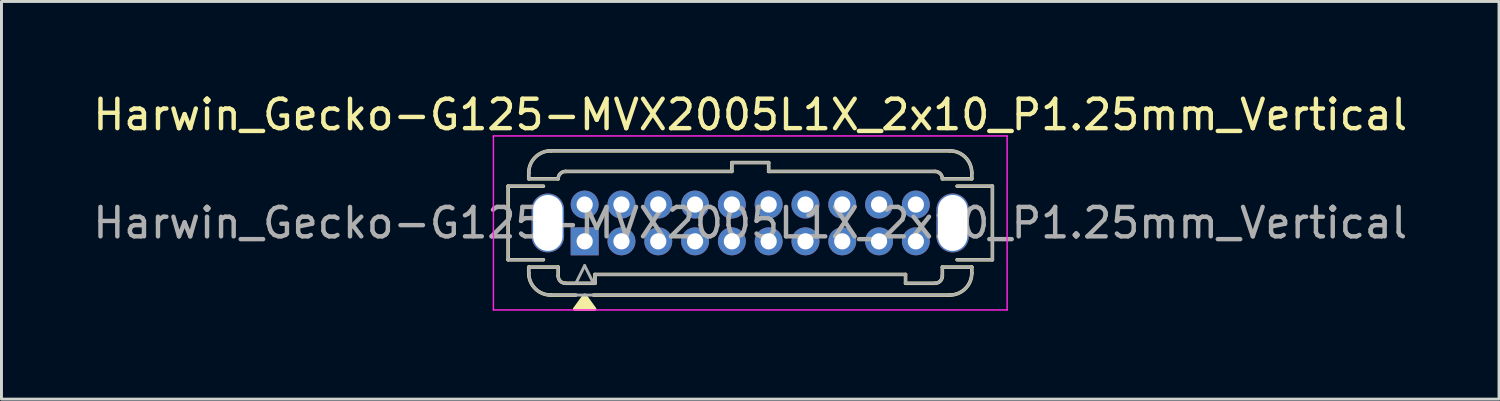
<source format=kicad_pcb>
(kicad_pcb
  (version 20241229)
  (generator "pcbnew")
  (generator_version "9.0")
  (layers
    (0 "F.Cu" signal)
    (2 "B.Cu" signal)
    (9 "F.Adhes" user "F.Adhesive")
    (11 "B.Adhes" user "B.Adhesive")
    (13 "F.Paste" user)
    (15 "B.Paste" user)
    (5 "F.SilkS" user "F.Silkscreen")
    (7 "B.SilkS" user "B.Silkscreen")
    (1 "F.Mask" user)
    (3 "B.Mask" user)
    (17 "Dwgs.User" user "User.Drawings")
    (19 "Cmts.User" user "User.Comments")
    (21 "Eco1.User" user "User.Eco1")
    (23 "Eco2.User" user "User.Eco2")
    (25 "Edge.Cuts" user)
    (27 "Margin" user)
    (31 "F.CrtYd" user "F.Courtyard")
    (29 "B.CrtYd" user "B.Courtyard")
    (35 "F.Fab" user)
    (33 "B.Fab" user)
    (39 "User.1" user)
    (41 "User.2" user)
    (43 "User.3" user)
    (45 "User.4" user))
  (footprint "Harwin_Gecko-G125-MVX2005L1X_2x10_P1.25mm_Vertical"
    (layer "F.Cu")
    (at 16.81 5.148)
    (property "Reference" "Harwin_Gecko-G125-MVX2005L1X_2x10_P1.25mm_Vertical" (at 5.625 -4.3 0) (layer "F.SilkS") (effects (font (size 1 1) (thickness 0.15))))
    (attr through_hole)
    (fp_line (start -2.6 -1.875) (end -2.6 0.625) (stroke (width 0.12) (type solid)) (layer "F.SilkS"))
    (fp_line (start -2.6 0.625) (end -1.4 0.625) (stroke (width 0.12) (type solid)) (layer "F.SilkS"))
    (fp_line (start -1.9 -2.325) (end -1.9 -2.125) (stroke (width 0.12) (type solid)) (layer "F.SilkS"))
    (fp_line (start -1.9 -2.125) (end -0.9 -2.125) (stroke (width 0.12) (type solid)) (layer "F.SilkS"))
    (fp_line (start -1.9 0.875) (end -0.9 0.875) (stroke (width 0.12) (type solid)) (layer "F.SilkS"))
    (fp_line (start -1.9 1.075) (end -1.9 0.875) (stroke (width 0.12) (type solid)) (layer "F.SilkS"))
    (fp_line (start -1.4 -1.875) (end -2.6 -1.875) (stroke (width 0.12) (type solid)) (layer "F.SilkS"))
    (fp_line (start -1.15 -3.075) (end 12.4 -3.075) (stroke (width 0.12) (type solid)) (layer "F.SilkS"))
    (fp_line (start -1.15 1.825) (end -0.3 1.825) (stroke (width 0.12) (type solid)) (layer "F.SilkS"))
    (fp_line (start -0.9 1.175) (end -0.9 0.875) (stroke (width 0.12) (type solid)) (layer "F.SilkS"))
    (fp_line (start -0.65 -2.375) (end 5 -2.375) (stroke (width 0.12) (type solid)) (layer "F.SilkS"))
    (fp_line (start -0.65 1.425) (end 0.35 1.425) (stroke (width 0.12) (type solid)) (layer "F.SilkS"))
    (fp_line (start 0.3 1.825) (end 12.4 1.825) (stroke (width 0.12) (type solid)) (layer "F.SilkS"))
    (fp_line (start 0.35 1.125) (end 10.9 1.125) (stroke (width 0.12) (type solid)) (layer "F.SilkS"))
    (fp_line (start 0.35 1.425) (end 0.35 1.125) (stroke (width 0.12) (type solid)) (layer "F.SilkS"))
    (fp_line (start 5 -2.675) (end 6.25 -2.675) (stroke (width 0.12) (type solid)) (layer "F.SilkS"))
    (fp_line (start 5 -2.375) (end 5 -2.675) (stroke (width 0.12) (type solid)) (layer "F.SilkS"))
    (fp_line (start 6.25 -2.675) (end 6.25 -2.375) (stroke (width 0.12) (type solid)) (layer "F.SilkS"))
    (fp_line (start 6.25 -2.375) (end 11.9 -2.375) (stroke (width 0.12) (type solid)) (layer "F.SilkS"))
    (fp_line (start 10.9 1.125) (end 10.9 1.425) (stroke (width 0.12) (type solid)) (layer "F.SilkS"))
    (fp_line (start 10.9 1.425) (end 11.9 1.425) (stroke (width 0.12) (type solid)) (layer "F.SilkS"))
    (fp_line (start 12.15 1.175) (end 12.15 0.875) (stroke (width 0.12) (type solid)) (layer "F.SilkS"))
    (fp_line (start 12.65 -1.875) (end 13.85 -1.875) (stroke (width 0.12) (type solid)) (layer "F.SilkS"))
    (fp_line (start 13.15 -2.325) (end 13.15 -2.125) (stroke (width 0.12) (type solid)) (layer "F.SilkS"))
    (fp_line (start 13.15 -2.125) (end 12.15 -2.125) (stroke (width 0.12) (type solid)) (layer "F.SilkS"))
    (fp_line (start 13.15 0.875) (end 12.15 0.875) (stroke (width 0.12) (type solid)) (layer "F.SilkS"))
    (fp_line (start 13.15 1.075) (end 13.15 0.875) (stroke (width 0.12) (type solid)) (layer "F.SilkS"))
    (fp_line (start 13.85 -1.875) (end 13.85 0.625) (stroke (width 0.12) (type solid)) (layer "F.SilkS"))
    (fp_line (start 13.85 0.625) (end 12.65 0.625) (stroke (width 0.12) (type solid)) (layer "F.SilkS"))
    (fp_arc (start -1.9 -2.325) (mid -1.68033 -2.85533) (end -1.15 -3.075) (stroke (width 0.12) (type solid)) (layer "F.SilkS"))
    (fp_arc (start -1.15 1.825) (mid -1.68033 1.60533) (end -1.9 1.075) (stroke (width 0.12) (type solid)) (layer "F.SilkS"))
    (fp_arc (start -0.9 -2.125) (mid -0.826777 -2.301777) (end -0.65 -2.375) (stroke (width 0.12) (type solid)) (layer "F.SilkS"))
    (fp_arc (start -0.65 1.425) (mid -0.826777 1.351777) (end -0.9 1.175) (stroke (width 0.12) (type solid)) (layer "F.SilkS"))
    (fp_arc (start 11.9 -2.375) (mid 12.076777 -2.301777) (end 12.15 -2.125) (stroke (width 0.12) (type solid)) (layer "F.SilkS"))
    (fp_arc (start 12.15 1.175) (mid 12.076777 1.351777) (end 11.9 1.425) (stroke (width 0.12) (type solid)) (layer "F.SilkS"))
    (fp_arc (start 12.4 -3.075) (mid 12.93033 -2.85533) (end 13.15 -2.325) (stroke (width 0.12) (type solid)) (layer "F.SilkS"))
    (fp_arc (start 13.15 1.075) (mid 12.93033 1.60533) (end 12.4 1.825) (stroke (width 0.12) (type solid)) (layer "F.SilkS"))
    (fp_poly (pts (xy 0 1.83) (xy -0.34 2.3) (xy 0.34 2.3) (xy 0 1.83)) (stroke (width 0.12) (type solid)) (fill yes) (layer "F.SilkS"))
    (fp_line (start -3.1 -3.58) (end -3.1 2.33) (stroke (width 0.05) (type solid)) (layer "F.CrtYd"))
    (fp_line (start -3.1 2.33) (end 14.35 2.33) (stroke (width 0.05) (type solid)) (layer "F.CrtYd"))
    (fp_line (start 14.35 -3.58) (end -3.1 -3.58) (stroke (width 0.05) (type solid)) (layer "F.CrtYd"))
    (fp_line (start 14.35 -3.58) (end 14.35 2.33) (stroke (width 0.05) (type solid)) (layer "F.CrtYd"))
    (fp_line (start -2.6 -1.875) (end -2.6 0.625) (stroke (width 0.1) (type solid)) (layer "F.Fab"))
    (fp_line (start -2.6 0.625) (end -1.4 0.625) (stroke (width 0.1) (type solid)) (layer "F.Fab"))
    (fp_line (start -1.9 -2.325) (end -1.9 -2.125) (stroke (width 0.1) (type solid)) (layer "F.Fab"))
    (fp_line (start -1.9 -2.125) (end -0.9 -2.125) (stroke (width 0.1) (type solid)) (layer "F.Fab"))
    (fp_line (start -1.9 0.875) (end -0.9 0.875) (stroke (width 0.1) (type solid)) (layer "F.Fab"))
    (fp_line (start -1.9 1.075) (end -1.9 0.875) (stroke (width 0.1) (type solid)) (layer "F.Fab"))
    (fp_line (start -1.4 -1.875) (end -2.6 -1.875) (stroke (width 0.1) (type solid)) (layer "F.Fab"))
    (fp_line (start -1.15 -3.075) (end 12.4 -3.075) (stroke (width 0.1) (type solid)) (layer "F.Fab"))
    (fp_line (start -1.15 1.825) (end 12.4 1.825) (stroke (width 0.1) (type solid)) (layer "F.Fab"))
    (fp_line (start -0.9 1.175) (end -0.9 0.875) (stroke (width 0.1) (type solid)) (layer "F.Fab"))
    (fp_line (start -0.65 -2.375) (end 5 -2.375) (stroke (width 0.1) (type solid)) (layer "F.Fab"))
    (fp_line (start -0.65 1.425) (end 0.35 1.425) (stroke (width 0.1) (type solid)) (layer "F.Fab"))
    (fp_line (start 0 0.825) (end -0.3 1.425) (stroke (width 0.1) (type solid)) (layer "F.Fab"))
    (fp_line (start 0.3 1.425) (end 0 0.825) (stroke (width 0.1) (type solid)) (layer "F.Fab"))
    (fp_line (start 0.35 1.125) (end 10.9 1.125) (stroke (width 0.1) (type solid)) (layer "F.Fab"))
    (fp_line (start 0.35 1.425) (end 0.35 1.125) (stroke (width 0.1) (type solid)) (layer "F.Fab"))
    (fp_line (start 5 -2.675) (end 6.25 -2.675) (stroke (width 0.1) (type solid)) (layer "F.Fab"))
    (fp_line (start 5 -2.375) (end 5 -2.675) (stroke (width 0.1) (type solid)) (layer "F.Fab"))
    (fp_line (start 6.25 -2.675) (end 6.25 -2.375) (stroke (width 0.1) (type solid)) (layer "F.Fab"))
    (fp_line (start 6.25 -2.375) (end 11.9 -2.375) (stroke (width 0.1) (type solid)) (layer "F.Fab"))
    (fp_line (start 10.9 1.125) (end 10.9 1.425) (stroke (width 0.1) (type solid)) (layer "F.Fab"))
    (fp_line (start 10.9 1.425) (end 11.9 1.425) (stroke (width 0.1) (type solid)) (layer "F.Fab"))
    (fp_line (start 12.15 1.175) (end 12.15 0.875) (stroke (width 0.1) (type solid)) (layer "F.Fab"))
    (fp_line (start 12.65 -1.875) (end 13.85 -1.875) (stroke (width 0.1) (type solid)) (layer "F.Fab"))
    (fp_line (start 13.15 -2.325) (end 13.15 -2.125) (stroke (width 0.1) (type solid)) (layer "F.Fab"))
    (fp_line (start 13.15 -2.125) (end 12.15 -2.125) (stroke (width 0.1) (type solid)) (layer "F.Fab"))
    (fp_line (start 13.15 0.875) (end 12.15 0.875) (stroke (width 0.1) (type solid)) (layer "F.Fab"))
    (fp_line (start 13.15 1.075) (end 13.15 0.875) (stroke (width 0.1) (type solid)) (layer "F.Fab"))
    (fp_line (start 13.85 -1.875) (end 13.85 0.625) (stroke (width 0.1) (type solid)) (layer "F.Fab"))
    (fp_line (start 13.85 0.625) (end 12.65 0.625) (stroke (width 0.1) (type solid)) (layer "F.Fab"))
    (fp_arc (start -1.9 -2.325) (mid -1.68033 -2.85533) (end -1.15 -3.075) (stroke (width 0.1) (type solid)) (layer "F.Fab"))
    (fp_arc (start -1.15 1.825) (mid -1.68033 1.60533) (end -1.9 1.075) (stroke (width 0.1) (type solid)) (layer "F.Fab"))
    (fp_arc (start -0.9 -2.125) (mid -0.826777 -2.301777) (end -0.65 -2.375) (stroke (width 0.1) (type solid)) (layer "F.Fab"))
    (fp_arc (start -0.65 1.425) (mid -0.826777 1.351777) (end -0.9 1.175) (stroke (width 0.1) (type solid)) (layer "F.Fab"))
    (fp_arc (start 11.9 -2.375) (mid 12.076777 -2.301777) (end 12.15 -2.125) (stroke (width 0.1) (type solid)) (layer "F.Fab"))
    (fp_arc (start 12.15 1.175) (mid 12.076777 1.351777) (end 11.9 1.425) (stroke (width 0.1) (type solid)) (layer "F.Fab"))
    (fp_arc (start 12.4 -3.075) (mid 12.93033 -2.85533) (end 13.15 -2.325) (stroke (width 0.1) (type solid)) (layer "F.Fab"))
    (fp_arc (start 13.15 1.075) (mid 12.93033 1.60533) (end 12.4 1.825) (stroke (width 0.1) (type solid)) (layer "F.Fab"))
    (fp_text user "${REFERENCE}" (at 5.625 -0.625 0) (layer "F.Fab") (effects (font (size 1 1) (thickness 0.15))))
    (pad "" np_thru_hole oval (at -1.25 -0.625) (size 1.1 2) (drill oval 1 1.9) (layers "*.Cu" "*.Mask"))
    (pad "" np_thru_hole oval (at 12.5 -0.625) (size 1.1 2) (drill oval 1 1.9) (layers "*.Cu" "*.Mask"))
    (pad "1" thru_hole rect (at 0 0) (size 0.95 0.95) (drill 0.55) (layers "*.Cu" "*.Mask"))
    (pad "2" thru_hole circle (at 1.25 0) (size 0.95 0.95) (drill 0.55) (layers "*.Cu" "*.Mask"))
    (pad "3" thru_hole circle (at 2.5 0) (size 0.95 0.95) (drill 0.55) (layers "*.Cu" "*.Mask"))
    (pad "4" thru_hole circle (at 3.75 0) (size 0.95 0.95) (drill 0.55) (layers "*.Cu" "*.Mask"))
    (pad "5" thru_hole circle (at 5 0) (size 0.95 0.95) (drill 0.55) (layers "*.Cu" "*.Mask"))
    (pad "6" thru_hole circle (at 6.25 0) (size 0.95 0.95) (drill 0.55) (layers "*.Cu" "*.Mask"))
    (pad "7" thru_hole circle (at 7.5 0) (size 0.95 0.95) (drill 0.55) (layers "*.Cu" "*.Mask"))
    (pad "8" thru_hole circle (at 8.75 0) (size 0.95 0.95) (drill 0.55) (layers "*.Cu" "*.Mask"))
    (pad "9" thru_hole circle (at 10 0) (size 0.95 0.95) (drill 0.55) (layers "*.Cu" "*.Mask"))
    (pad "10" thru_hole circle (at 11.25 0) (size 0.95 0.95) (drill 0.55) (layers "*.Cu" "*.Mask"))
    (pad "11" thru_hole circle (at 0 -1.25) (size 0.95 0.95) (drill 0.55) (layers "*.Cu" "*.Mask"))
    (pad "12" thru_hole circle (at 1.25 -1.25) (size 0.95 0.95) (drill 0.55) (layers "*.Cu" "*.Mask"))
    (pad "13" thru_hole circle (at 2.5 -1.25) (size 0.95 0.95) (drill 0.55) (layers "*.Cu" "*.Mask"))
    (pad "14" thru_hole circle (at 3.75 -1.25) (size 0.95 0.95) (drill 0.55) (layers "*.Cu" "*.Mask"))
    (pad "15" thru_hole circle (at 5 -1.25) (size 0.95 0.95) (drill 0.55) (layers "*.Cu" "*.Mask"))
    (pad "16" thru_hole circle (at 6.25 -1.25) (size 0.95 0.95) (drill 0.55) (layers "*.Cu" "*.Mask"))
    (pad "17" thru_hole circle (at 7.5 -1.25) (size 0.95 0.95) (drill 0.55) (layers "*.Cu" "*.Mask"))
    (pad "18" thru_hole circle (at 8.75 -1.25) (size 0.95 0.95) (drill 0.55) (layers "*.Cu" "*.Mask"))
    (pad "19" thru_hole circle (at 10 -1.25) (size 0.95 0.95) (drill 0.55) (layers "*.Cu" "*.Mask"))
    (pad "20" thru_hole circle (at 11.25 -1.25) (size 0.95 0.95) (drill 0.55) (layers "*.Cu" "*.Mask")))
  (gr_rect
    (start -3 -3)
    (end 47.869 10.508)
    (stroke (width 0.1) (type default))
    (fill no)
    (layer "Edge.Cuts")))
</source>
